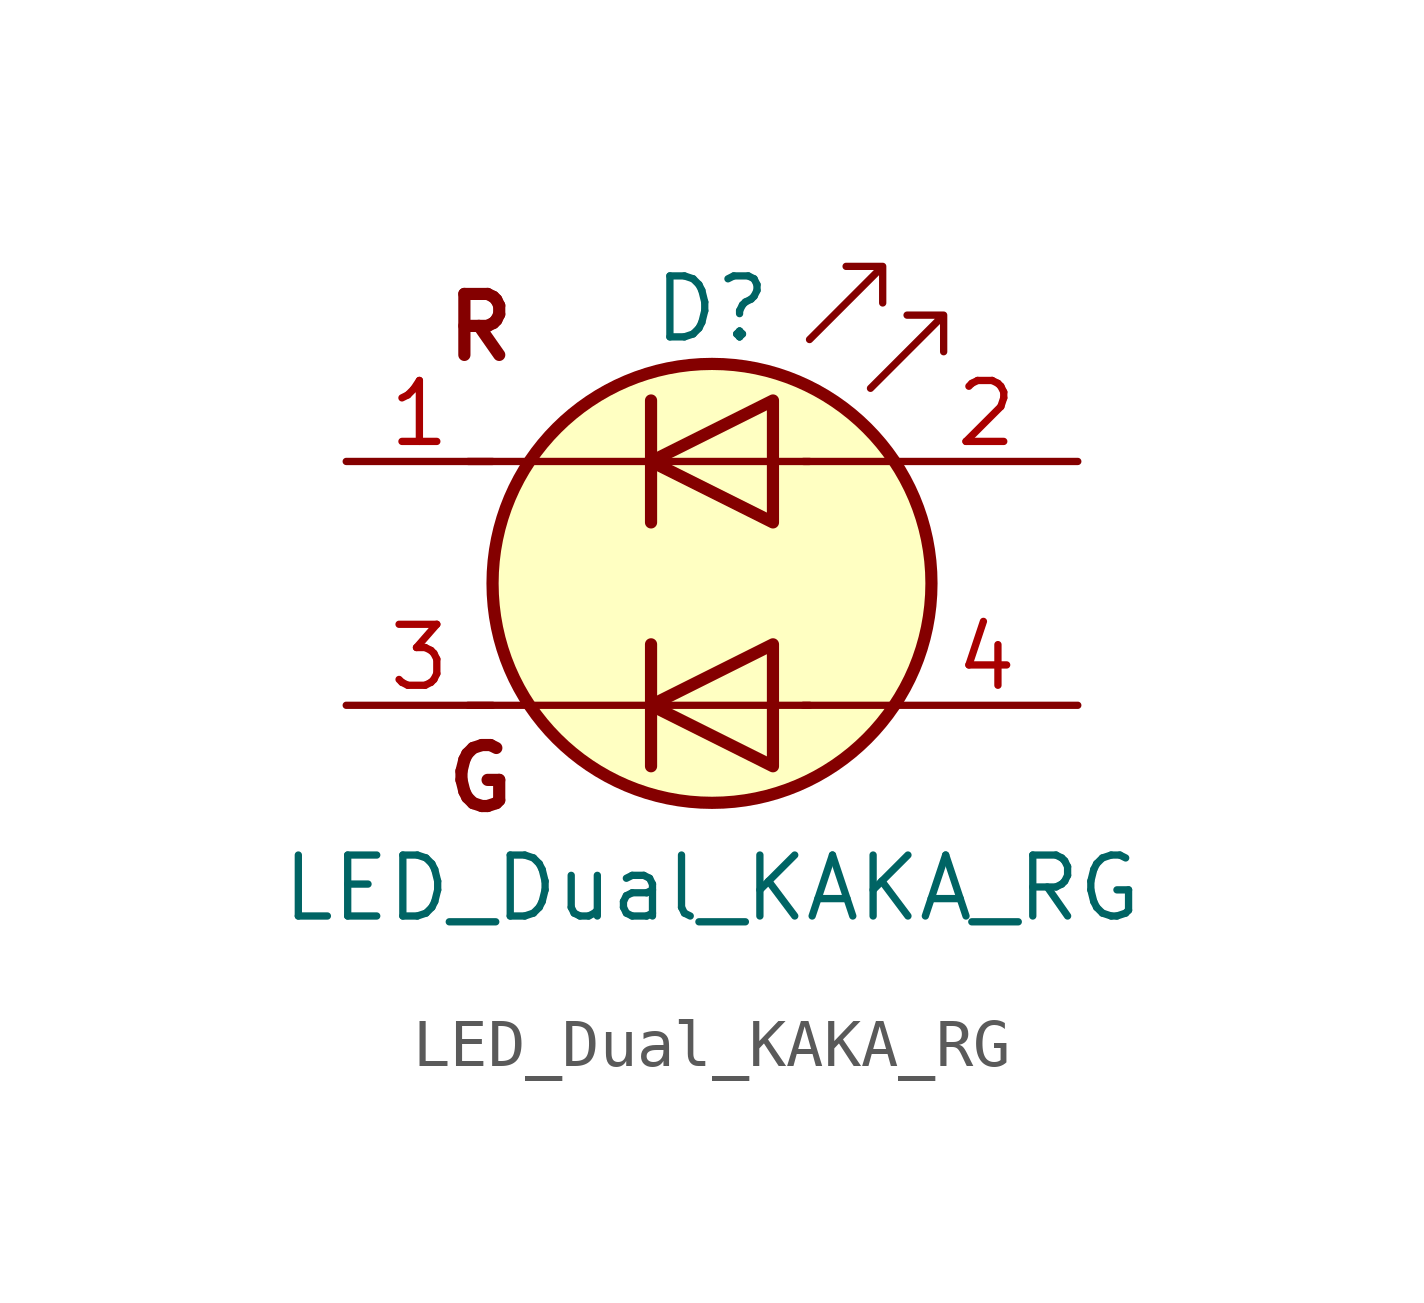
<source format=kicad_sym>
(kicad_symbol_lib
  (version 20241209)
  (generator "kicad_symbol_editor")
  (generator_version "9.0")
  (symbol "LED_Dual_KAKA_RG"
    (pin_names
      (offset 0)
      (hide yes))
    (property "Reference" "D"
      (at 0 5.715 0)
      (effects (font (size 1.27 1.27))))
    (property "Value" "LED_Dual_KAKA_RG"
      (at 0 -6.35 0)
      (effects (font (size 1.27 1.27))))
    (symbol "LED_Dual_KAKA_RG_0_1"
      (polyline (pts (xy -5.08 2.54) (xy 2.032 2.54)) (stroke (width 0) (type default)) (fill (type none)))
      (polyline (pts (xy -5.08 -2.54) (xy 2.032 -2.54)) (stroke (width 0) (type default)) (fill (type none)))
      (polyline (pts (xy -1.27 3.81) (xy -1.27 1.27)) (stroke (width 0.254) (type default)) (fill (type none)))
      (polyline (pts (xy -1.27 -1.27) (xy -1.27 -3.81)) (stroke (width 0.254) (type default)) (fill (type none)))
      (circle (center 0 0) (radius 4.572) (stroke (width 0.254) (type default)) (fill (type background)))
      (polyline (pts (xy 1.27 3.81) (xy 1.27 1.27) (xy -1.27 2.54) (xy 1.27 3.81)) (stroke (width 0.254) (type default)) (fill (type none)))
      (polyline (pts (xy 1.27 -1.27) (xy 1.27 -3.81) (xy -1.27 -2.54) (xy 1.27 -1.27)) (stroke (width 0.254) (type default)) (fill (type none)))
      (polyline (pts (xy 2.032 5.08) (xy 3.556 6.604) (xy 2.794 6.604) (xy 3.556 6.604) (xy 3.556 5.842)) (stroke (width 0) (type default)) (fill (type none)))
      (polyline (pts (xy 3.302 4.064) (xy 4.826 5.588) (xy 4.064 5.588) (xy 4.826 5.588) (xy 4.826 4.826)) (stroke (width 0) (type default)) (fill (type none)))
      (polyline (pts (xy 3.81 2.54) (xy 1.905 2.54)) (stroke (width 0) (type default)) (fill (type none)))
      (polyline (pts (xy 3.81 -2.54) (xy 1.905 -2.54)) (stroke (width 0) (type default)) (fill (type none))))
    (symbol "LED_Dual_KAKA_RG_1_1"
      (text "R" (at -4.826 5.334 0) (effects (font (size 1.27 1.27) (thickness 0.254) (bold yes))))
      (text "G" (at -4.826 -4.064 0) (effects (font (size 1.27 1.27) (thickness 0.254) (bold yes))))
      (pin input line (at -7.62 2.54 0) (length 3.048) (name "K1" (effects (font (size 1.27 1.27)))) (number "1" (effects (font (size 1.27 1.27)))))
      (pin input line (at -7.62 -2.54 0) (length 3.048) (name "K2" (effects (font (size 1.27 1.27)))) (number "3" (effects (font (size 1.27 1.27)))))
      (pin input line (at 7.62 2.54 180) (length 3.81) (name "A1" (effects (font (size 1.27 1.27)))) (number "2" (effects (font (size 1.27 1.27)))))
      (pin input line (at 7.62 -2.54 180) (length 3.81) (name "A2" (effects (font (size 1.27 1.27)))) (number "4" (effects (font (size 1.27 1.27))))))))
</source>
